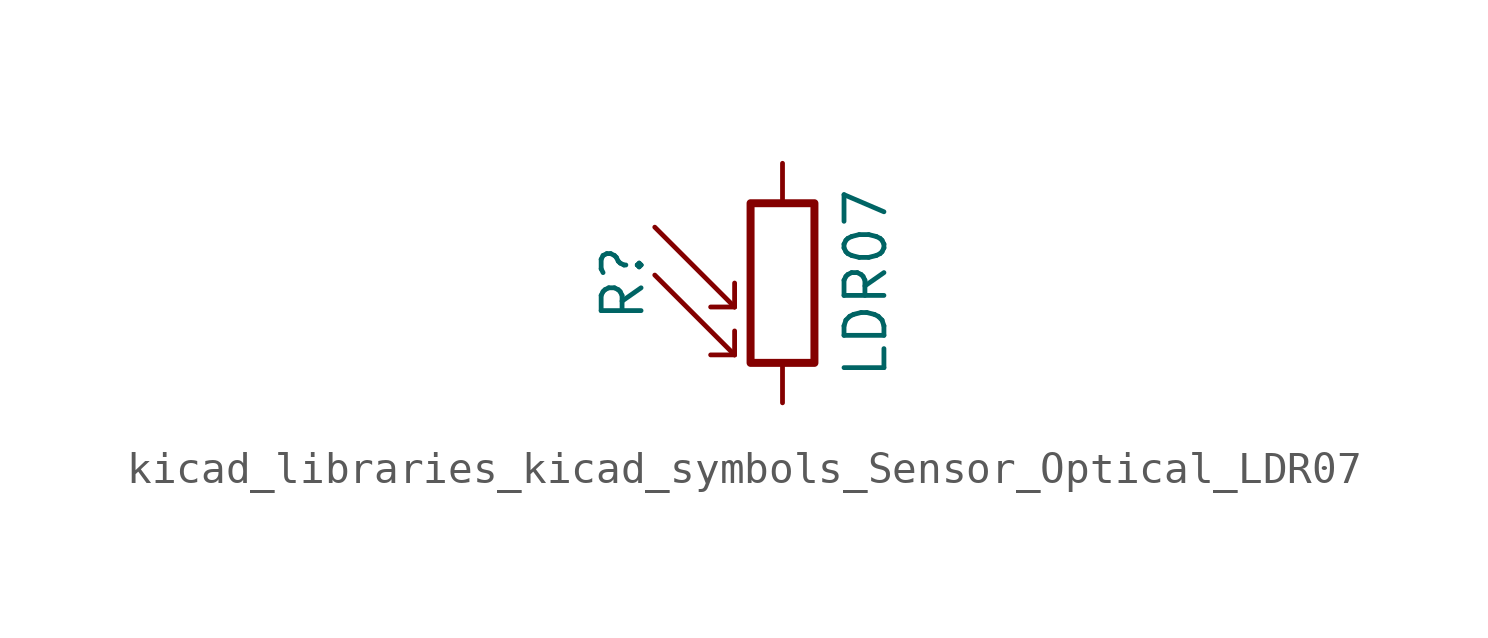
<source format=kicad_sym>
(kicad_symbol_lib
  (version 20220914)
  (generator kicad_symbol_editor)
  (symbol "kicad_libraries_kicad_symbols_Sensor_Optical_LDR07"
    (pin_numbers hide)
    (pin_names
      (offset 0))
    (property "Reference" "R"
      (at -5.08 0 90)
      (effects (font (size 1.27 1.27))))
    (property "Value" "LDR07"
      (at 1.905 0 90)
      (effects (font (size 1.27 1.27)) (justify top)))
    (symbol "kicad_libraries_kicad_symbols_Sensor_Optical_LDR07_0_1"
      (rectangle (start -1.016 2.54) (end 1.016 -2.54) (stroke (width 0.254) (type default)) (fill (type none)))
      (polyline (pts (xy -1.524 -2.286) (xy -4.064 0.254)) (stroke (width 0) (type default)) (fill (type none)))
      (polyline (pts (xy -1.524 -2.286) (xy -2.286 -2.286)) (stroke (width 0) (type default)) (fill (type none)))
      (polyline (pts (xy -1.524 -2.286) (xy -1.524 -1.524)) (stroke (width 0) (type default)) (fill (type none)))
      (polyline (pts (xy -1.524 -0.762) (xy -4.064 1.778)) (stroke (width 0) (type default)) (fill (type none)))
      (polyline (pts (xy -1.524 -0.762) (xy -2.286 -0.762)) (stroke (width 0) (type default)) (fill (type none)))
      (polyline (pts (xy -1.524 -0.762) (xy -1.524 0)) (stroke (width 0) (type default)) (fill (type none))))
    (symbol "kicad_libraries_kicad_symbols_Sensor_Optical_LDR07_1_1"
      (pin passive line (at 0 3.81 270) (length 1.27) (name "~" (effects (font (size 1.27 1.27)))) (number "1" (effects (font (size 1.27 1.27)))))
      (pin passive line (at 0 -3.81 90) (length 1.27) (name "~" (effects (font (size 1.27 1.27)))) (number "2" (effects (font (size 1.27 1.27))))))))
</source>
